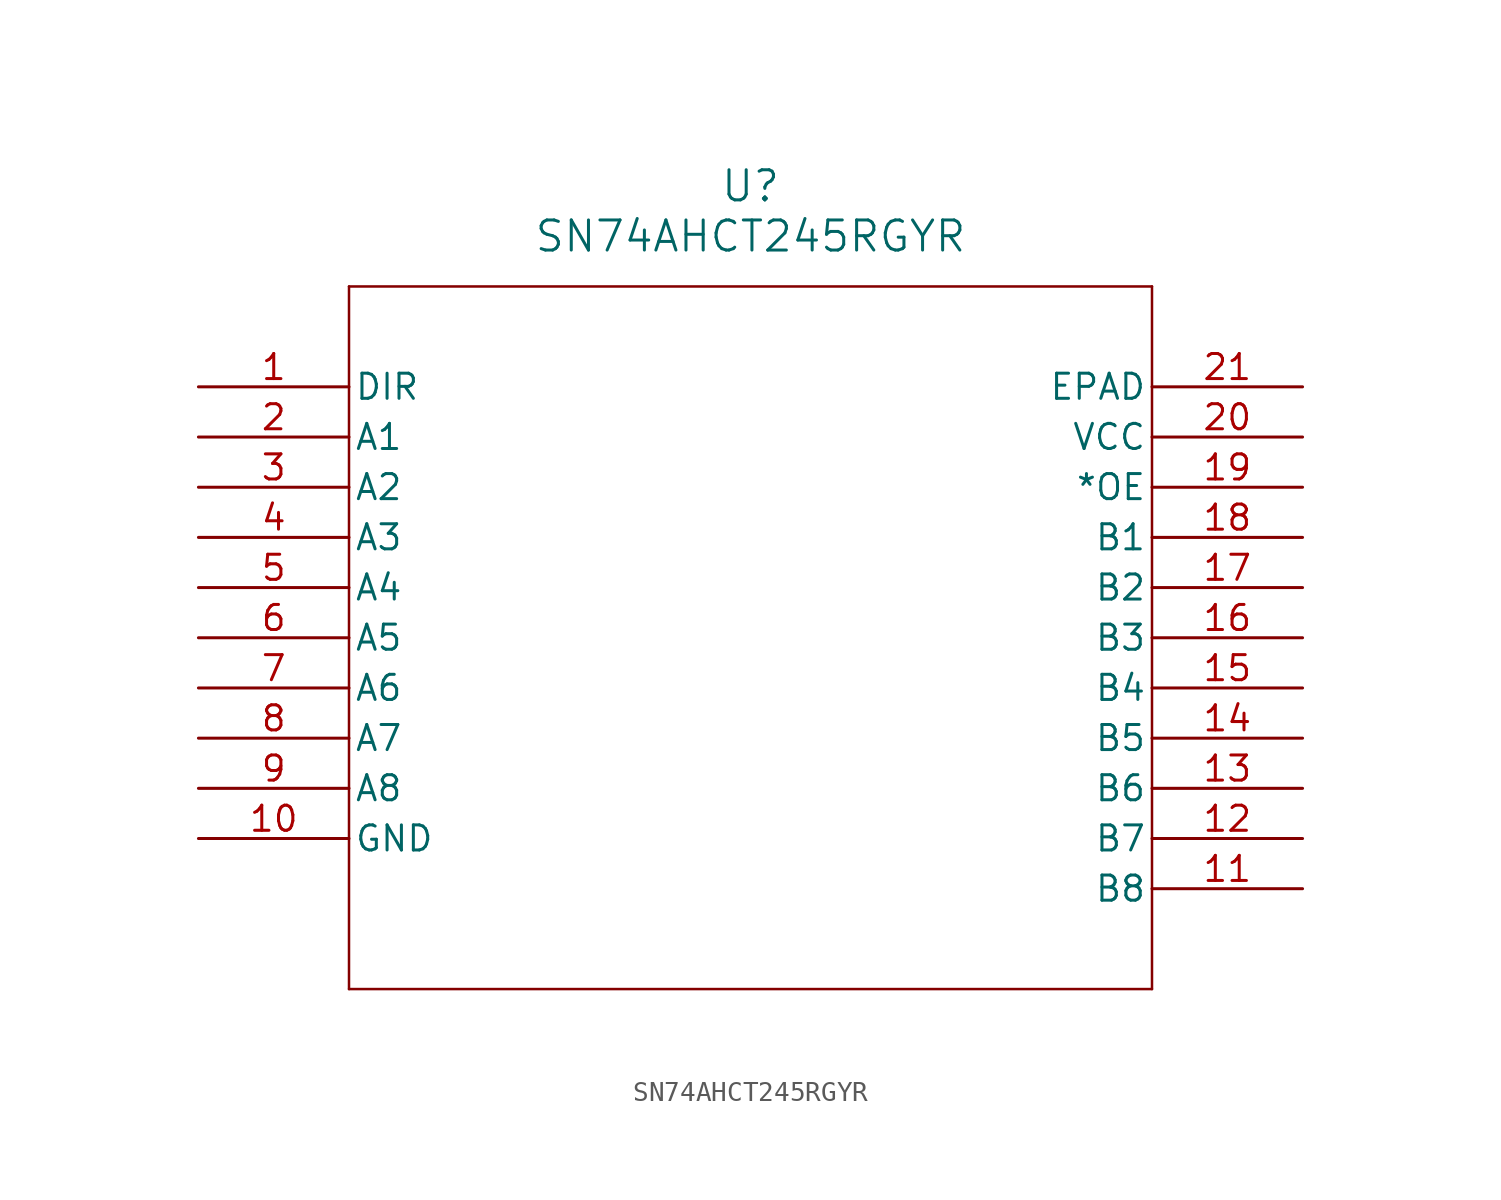
<source format=kicad_sym>
(kicad_symbol_lib
  (version 20211014)
  (generator kicad_symbol_editor)
  (symbol "SN74AHCT245RGYR"
    (pin_names
      (offset 0.254))
    (property "Reference" "U"
      (at 27.94 10.16 0)
      (effects (font (size 1.524 1.524))))
    (property "Value" "SN74AHCT245RGYR"
      (at 27.94 7.62 0)
      (effects (font (size 1.524 1.524))))
    (symbol "SN74AHCT245RGYR_0_1"
      (polyline (pts (xy 7.62 5.08) (xy 7.62 -30.48)) (stroke (width 0.127) (type default) (color 0 0 0 0)) (fill (type none)))
      (polyline (pts (xy 7.62 -30.48) (xy 48.26 -30.48)) (stroke (width 0.127) (type default) (color 0 0 0 0)) (fill (type none)))
      (polyline (pts (xy 48.26 -30.48) (xy 48.26 5.08)) (stroke (width 0.127) (type default) (color 0 0 0 0)) (fill (type none)))
      (polyline (pts (xy 48.26 5.08) (xy 7.62 5.08)) (stroke (width 0.127) (type default) (color 0 0 0 0)) (fill (type none)))
      (pin input line (at 0 0 0) (length 7.62) (name "DIR" (effects (font (size 1.27 1.27)))) (number "1" (effects (font (size 1.27 1.27)))))
      (pin bidirectional line (at 0 -2.54 0) (length 7.62) (name "A1" (effects (font (size 1.27 1.27)))) (number "2" (effects (font (size 1.27 1.27)))))
      (pin bidirectional line (at 0 -5.08 0) (length 7.62) (name "A2" (effects (font (size 1.27 1.27)))) (number "3" (effects (font (size 1.27 1.27)))))
      (pin bidirectional line (at 0 -7.62 0) (length 7.62) (name "A3" (effects (font (size 1.27 1.27)))) (number "4" (effects (font (size 1.27 1.27)))))
      (pin bidirectional line (at 0 -10.16 0) (length 7.62) (name "A4" (effects (font (size 1.27 1.27)))) (number "5" (effects (font (size 1.27 1.27)))))
      (pin bidirectional line (at 0 -12.7 0) (length 7.62) (name "A5" (effects (font (size 1.27 1.27)))) (number "6" (effects (font (size 1.27 1.27)))))
      (pin bidirectional line (at 0 -15.24 0) (length 7.62) (name "A6" (effects (font (size 1.27 1.27)))) (number "7" (effects (font (size 1.27 1.27)))))
      (pin bidirectional line (at 0 -17.78 0) (length 7.62) (name "A7" (effects (font (size 1.27 1.27)))) (number "8" (effects (font (size 1.27 1.27)))))
      (pin bidirectional line (at 0 -20.32 0) (length 7.62) (name "A8" (effects (font (size 1.27 1.27)))) (number "9" (effects (font (size 1.27 1.27)))))
      (pin power_in line (at 0 -22.86 0) (length 7.62) (name "GND" (effects (font (size 1.27 1.27)))) (number "10" (effects (font (size 1.27 1.27)))))
      (pin bidirectional line (at 55.88 -25.4 180) (length 7.62) (name "B8" (effects (font (size 1.27 1.27)))) (number "11" (effects (font (size 1.27 1.27)))))
      (pin bidirectional line (at 55.88 -22.86 180) (length 7.62) (name "B7" (effects (font (size 1.27 1.27)))) (number "12" (effects (font (size 1.27 1.27)))))
      (pin bidirectional line (at 55.88 -20.32 180) (length 7.62) (name "B6" (effects (font (size 1.27 1.27)))) (number "13" (effects (font (size 1.27 1.27)))))
      (pin bidirectional line (at 55.88 -17.78 180) (length 7.62) (name "B5" (effects (font (size 1.27 1.27)))) (number "14" (effects (font (size 1.27 1.27)))))
      (pin bidirectional line (at 55.88 -15.24 180) (length 7.62) (name "B4" (effects (font (size 1.27 1.27)))) (number "15" (effects (font (size 1.27 1.27)))))
      (pin bidirectional line (at 55.88 -12.7 180) (length 7.62) (name "B3" (effects (font (size 1.27 1.27)))) (number "16" (effects (font (size 1.27 1.27)))))
      (pin bidirectional line (at 55.88 -10.16 180) (length 7.62) (name "B2" (effects (font (size 1.27 1.27)))) (number "17" (effects (font (size 1.27 1.27)))))
      (pin bidirectional line (at 55.88 -7.62 180) (length 7.62) (name "B1" (effects (font (size 1.27 1.27)))) (number "18" (effects (font (size 1.27 1.27)))))
      (pin input line (at 55.88 -5.08 180) (length 7.62) (name "*OE" (effects (font (size 1.27 1.27)))) (number "19" (effects (font (size 1.27 1.27)))))
      (pin power_in line (at 55.88 -2.54 180) (length 7.62) (name "VCC" (effects (font (size 1.27 1.27)))) (number "20" (effects (font (size 1.27 1.27)))))
      (pin unspecified line (at 55.88 0 180) (length 7.62) (name "EPAD" (effects (font (size 1.27 1.27)))) (number "21" (effects (font (size 1.27 1.27))))))))
</source>
